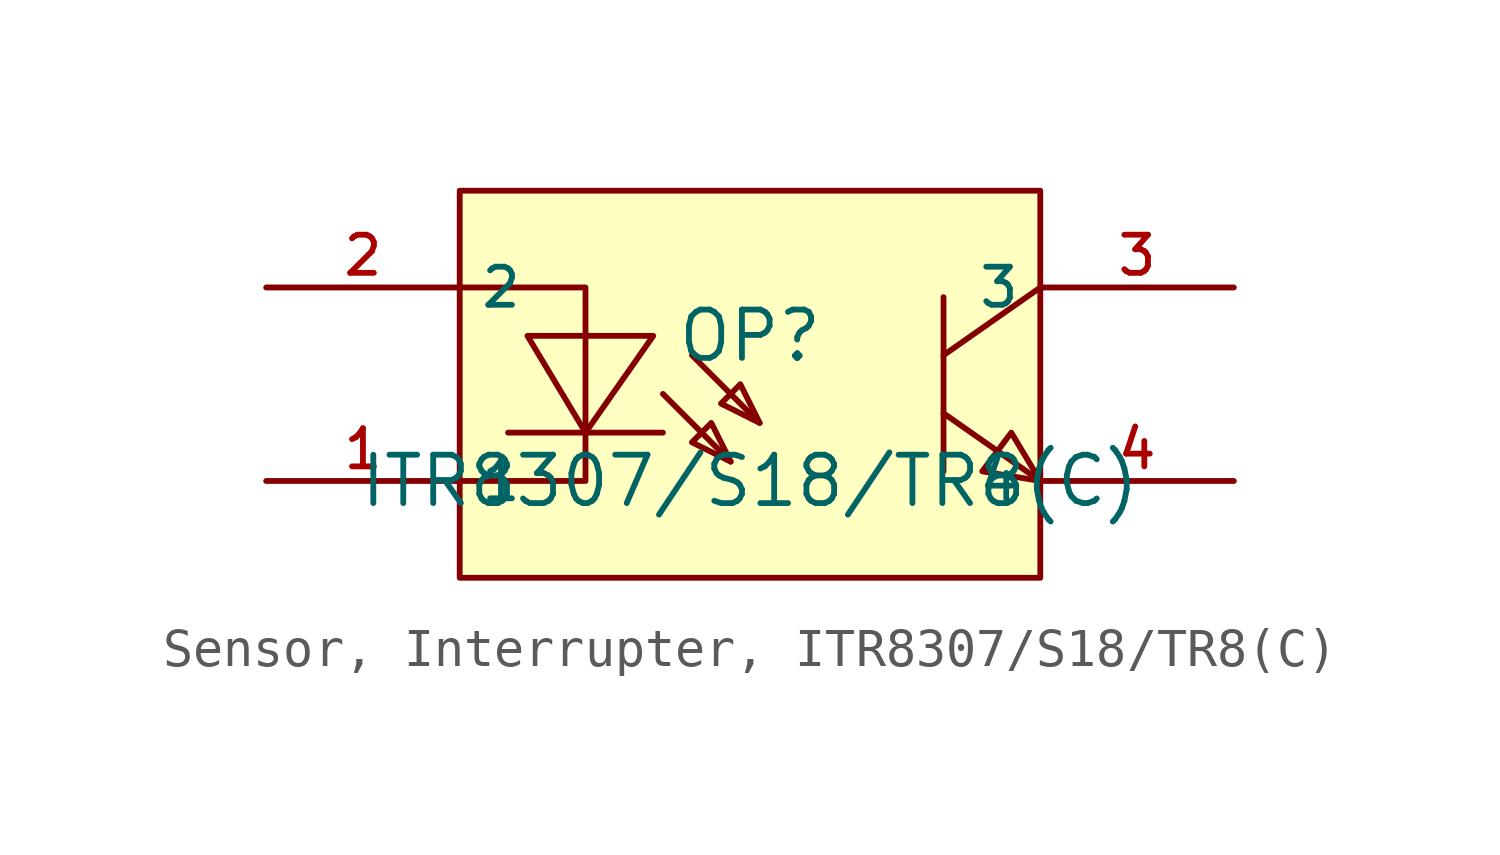
<source format=kicad_sym>
(kicad_symbol_lib
  (version 20231120)
  (generator "CDFER_Archive_Tool")
  (generator_version "0.0")
  (symbol "Sensor, Interrupter, ITR8307/S18/TR8(C)"
    (property "Reference" "OP"
      (at 0 1.27 0)
      (effects (font (size 1.27 1.27))))
    (property "Value" "ITR8307{slash}S18{slash}TR8(C)"
      (at 0 -2.54 0)
      (effects (font (size 1.27 1.27))))
    (symbol "Sensor, Interrupter, ITR8307/S18/TR8(C)_0_1"
      (rectangle (start -7.62 5.08) (end 7.62 -5.08) (stroke (width 0) (type default)) (fill (type background)))
      (polyline (pts (xy -2.286 -1.27) (xy -6.35 -1.27)) (stroke (width 0) (type default)) (fill (type none)))
      (polyline (pts (xy -2.286 -0.254) (xy -0.508 -2.032)) (stroke (width 0) (type default)) (fill (type none)))
      (polyline (pts (xy -1.524 0.762) (xy 0.254 -1.016)) (stroke (width 0) (type default)) (fill (type none)))
      (polyline (pts (xy 5.08 -0.762) (xy 7.62 -2.54)) (stroke (width 0) (type default)) (fill (type none)))
      (polyline (pts (xy 5.08 2.286) (xy 5.08 -2.286)) (stroke (width 0) (type default)) (fill (type none)))
      (polyline (pts (xy 7.62 2.54) (xy 5.08 0.762)) (stroke (width 0) (type default)) (fill (type none)))
      (polyline (pts (xy -7.62 2.54) (xy -4.318 2.54) (xy -4.318 -2.54) (xy -7.62 -2.54)) (stroke (width 0) (type default)) (fill (type none)))
      (polyline (pts (xy -5.842 1.27) (xy -4.318 -1.27) (xy -2.54 1.27) (xy -5.842 1.27)) (stroke (width 0) (type default)) (fill (type background)))
      (polyline (pts (xy -0.508 -2.032) (xy -1.016 -1.016) (xy -1.524 -1.524) (xy -0.508 -2.032)) (stroke (width 0) (type default)) (fill (type background)))
      (polyline (pts (xy 0.254 -1.016) (xy -0.254 0) (xy -0.762 -0.508) (xy 0.254 -1.016)) (stroke (width 0) (type default)) (fill (type background)))
      (polyline (pts (xy 7.62 -2.54) (xy 6.858 -1.27) (xy 6.096 -2.286) (xy 7.62 -2.54)) (stroke (width 0) (type default)) (fill (type background)))
      (pin unspecified line (at -12.7 -2.54 0) (length 5.08) (name "1" (effects (font (size 1 1)))) (number "1" (effects (font (size 1 1)))))
      (pin unspecified line (at -12.7 2.54 0) (length 5.08) (name "2" (effects (font (size 1 1)))) (number "2" (effects (font (size 1 1)))))
      (pin unspecified line (at 12.7 2.54 180) (length 5.08) (name "3" (effects (font (size 1 1)))) (number "3" (effects (font (size 1 1)))))
      (pin unspecified line (at 12.7 -2.54 180) (length 5.08) (name "4" (effects (font (size 1 1)))) (number "4" (effects (font (size 1 1))))))))
</source>
